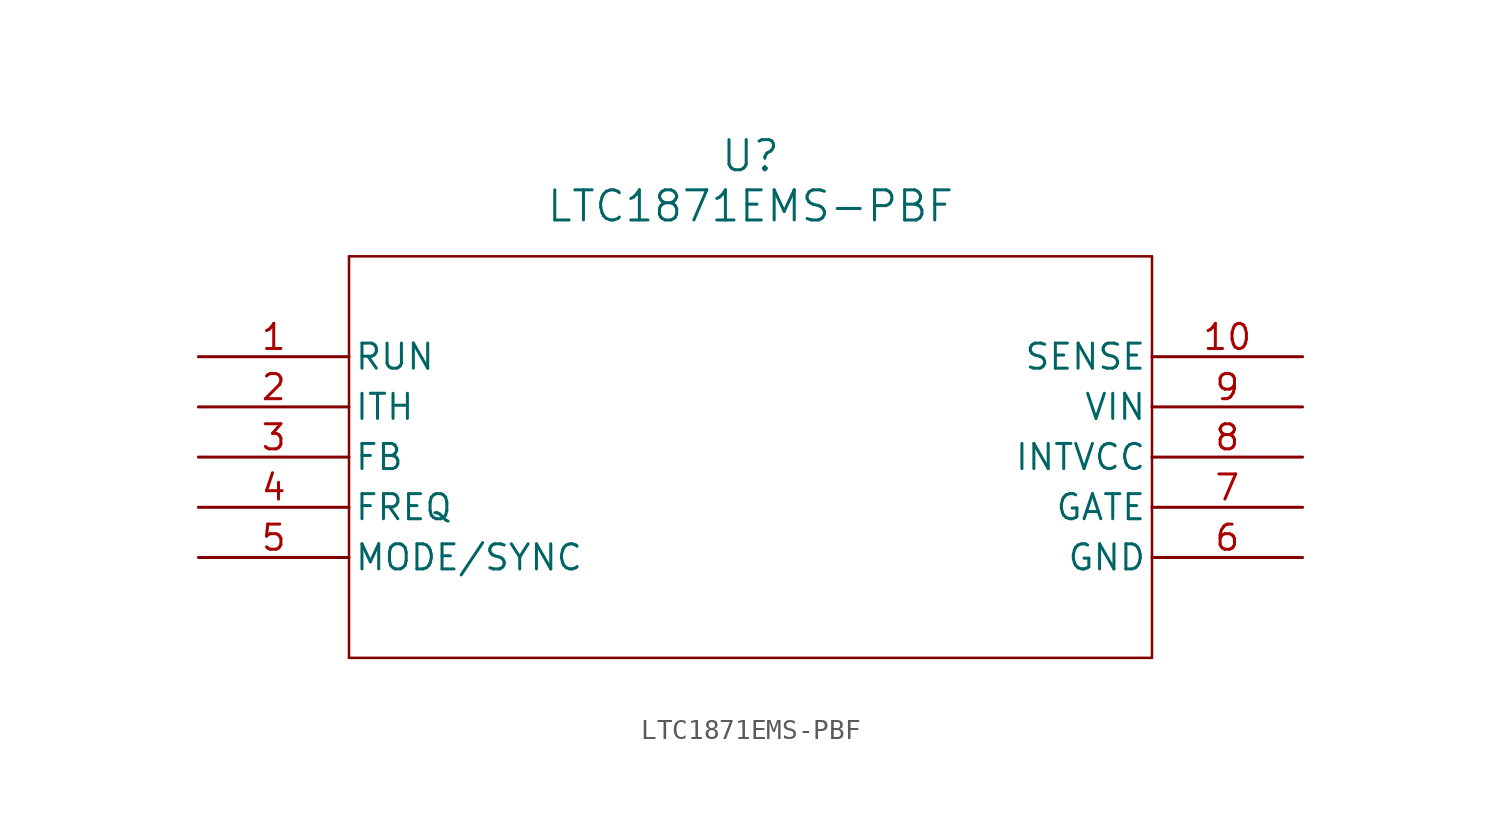
<source format=kicad_sym>
(kicad_symbol_lib
  (version 20211014)
  (generator kicad_symbol_editor)
  (symbol "LTC1871EMS-PBF"
    (pin_names
      (offset 0.254))
    (property "Reference" "U"
      (at 27.94 10.16 0)
      (effects (font (size 1.524 1.524))))
    (property "Value" "LTC1871EMS-PBF"
      (at 27.94 7.62 0)
      (effects (font (size 1.524 1.524))))
    (symbol "LTC1871EMS-PBF_0_1"
      (polyline (pts (xy 7.62 5.08) (xy 7.62 -15.24)) (stroke (width 0.127) (type default) (color 0 0 0 0)) (fill (type none)))
      (polyline (pts (xy 7.62 -15.24) (xy 48.26 -15.24)) (stroke (width 0.127) (type default) (color 0 0 0 0)) (fill (type none)))
      (polyline (pts (xy 48.26 -15.24) (xy 48.26 5.08)) (stroke (width 0.127) (type default) (color 0 0 0 0)) (fill (type none)))
      (polyline (pts (xy 48.26 5.08) (xy 7.62 5.08)) (stroke (width 0.127) (type default) (color 0 0 0 0)) (fill (type none)))
      (pin input line (at 0 0 0) (length 7.62) (name "RUN" (effects (font (size 1.27 1.27)))) (number "1" (effects (font (size 1.27 1.27)))))
      (pin unspecified line (at 0 -2.54 0) (length 7.62) (name "ITH" (effects (font (size 1.27 1.27)))) (number "2" (effects (font (size 1.27 1.27)))))
      (pin input line (at 0 -5.08 0) (length 7.62) (name "FB" (effects (font (size 1.27 1.27)))) (number "3" (effects (font (size 1.27 1.27)))))
      (pin unspecified line (at 0 -7.62 0) (length 7.62) (name "FREQ" (effects (font (size 1.27 1.27)))) (number "4" (effects (font (size 1.27 1.27)))))
      (pin input line (at 0 -10.16 0) (length 7.62) (name "MODE/SYNC" (effects (font (size 1.27 1.27)))) (number "5" (effects (font (size 1.27 1.27)))))
      (pin power_in line (at 55.88 -10.16 180) (length 7.62) (name "GND" (effects (font (size 1.27 1.27)))) (number "6" (effects (font (size 1.27 1.27)))))
      (pin output line (at 55.88 -7.62 180) (length 7.62) (name "GATE" (effects (font (size 1.27 1.27)))) (number "7" (effects (font (size 1.27 1.27)))))
      (pin output line (at 55.88 -5.08 180) (length 7.62) (name "INTVCC" (effects (font (size 1.27 1.27)))) (number "8" (effects (font (size 1.27 1.27)))))
      (pin power_in line (at 55.88 -2.54 180) (length 7.62) (name "VIN" (effects (font (size 1.27 1.27)))) (number "9" (effects (font (size 1.27 1.27)))))
      (pin input line (at 55.88 0 180) (length 7.62) (name "SENSE" (effects (font (size 1.27 1.27)))) (number "10" (effects (font (size 1.27 1.27))))))))
</source>
